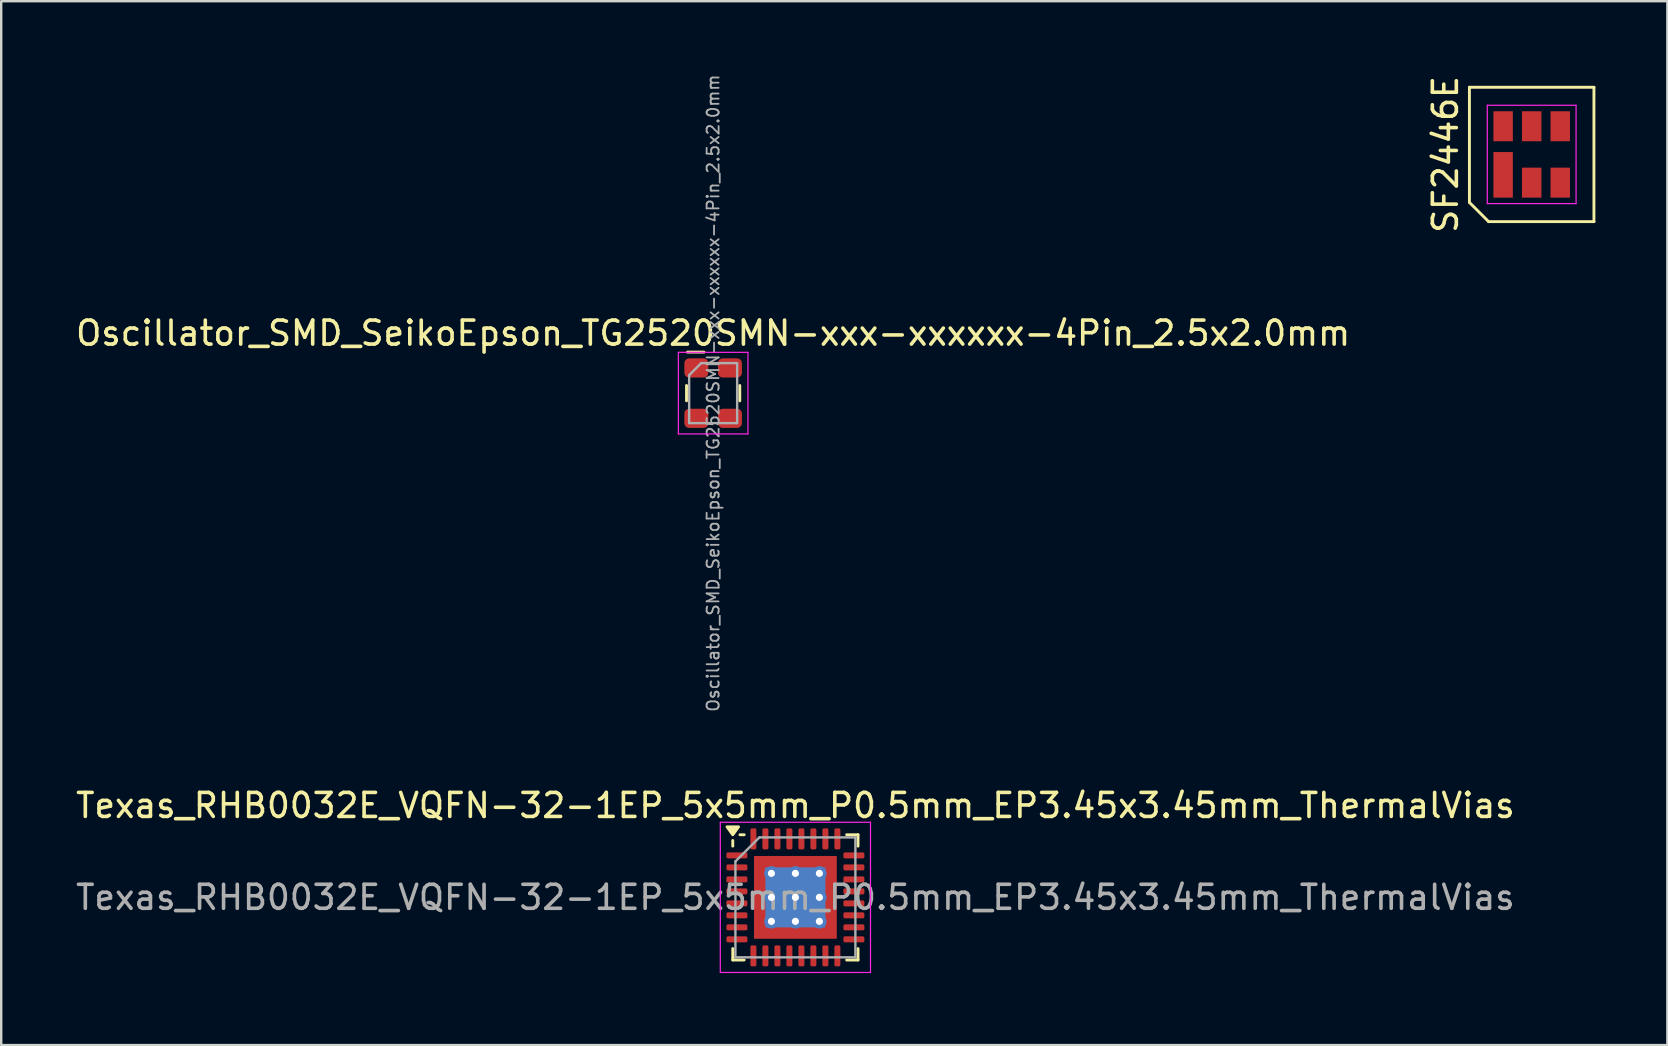
<source format=kicad_pcb>
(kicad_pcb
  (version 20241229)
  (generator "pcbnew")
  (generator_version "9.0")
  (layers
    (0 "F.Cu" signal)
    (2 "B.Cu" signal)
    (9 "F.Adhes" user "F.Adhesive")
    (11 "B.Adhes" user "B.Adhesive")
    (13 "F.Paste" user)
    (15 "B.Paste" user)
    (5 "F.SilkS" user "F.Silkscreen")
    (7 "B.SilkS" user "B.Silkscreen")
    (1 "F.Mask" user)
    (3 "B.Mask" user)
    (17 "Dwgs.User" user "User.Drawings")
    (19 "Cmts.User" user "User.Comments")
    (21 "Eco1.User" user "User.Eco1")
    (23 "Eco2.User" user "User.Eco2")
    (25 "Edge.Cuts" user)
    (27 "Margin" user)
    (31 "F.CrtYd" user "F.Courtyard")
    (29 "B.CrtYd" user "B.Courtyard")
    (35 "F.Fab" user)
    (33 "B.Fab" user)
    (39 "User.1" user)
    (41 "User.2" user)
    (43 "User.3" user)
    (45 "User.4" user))
  (footprint "Texas_RHB0032E_VQFN-32-1EP_5x5mm_P0.5mm_EP3.45x3.45mm_ThermalVias"
    (layer "F.Cu")
    (at 30.101 34.351)
    (property "Reference" "Texas_RHB0032E_VQFN-32-1EP_5x5mm_P0.5mm_EP3.45x3.45mm_ThermalVias" (at 0 -3.83 0) (layer "F.SilkS") (effects (font (size 1 1) (thickness 0.15))))
    (attr smd)
    (fp_line (start -2.61 -2.135) (end -2.61 -2.37) (stroke (width 0.12) (type solid)) (layer "F.SilkS"))
    (fp_line (start -2.61 2.61) (end -2.61 2.135) (stroke (width 0.12) (type solid)) (layer "F.SilkS"))
    (fp_line (start -2.135 -2.61) (end -2.31 -2.61) (stroke (width 0.12) (type solid)) (layer "F.SilkS"))
    (fp_line (start -2.135 2.61) (end -2.61 2.61) (stroke (width 0.12) (type solid)) (layer "F.SilkS"))
    (fp_line (start 2.135 -2.61) (end 2.61 -2.61) (stroke (width 0.12) (type solid)) (layer "F.SilkS"))
    (fp_line (start 2.135 2.61) (end 2.61 2.61) (stroke (width 0.12) (type solid)) (layer "F.SilkS"))
    (fp_line (start 2.61 -2.61) (end 2.61 -2.135) (stroke (width 0.12) (type solid)) (layer "F.SilkS"))
    (fp_line (start 2.61 2.61) (end 2.61 2.135) (stroke (width 0.12) (type solid)) (layer "F.SilkS"))
    (fp_poly (pts (xy -2.61 -2.61) (xy -2.85 -2.94) (xy -2.37 -2.94) (xy -2.61 -2.61)) (stroke (width 0.12) (type solid)) (fill yes) (layer "F.SilkS"))
    (fp_line (start -3.13 -3.13) (end -3.13 3.13) (stroke (width 0.05) (type solid)) (layer "F.CrtYd"))
    (fp_line (start -3.13 3.13) (end 3.13 3.13) (stroke (width 0.05) (type solid)) (layer "F.CrtYd"))
    (fp_line (start 3.13 -3.13) (end -3.13 -3.13) (stroke (width 0.05) (type solid)) (layer "F.CrtYd"))
    (fp_line (start 3.13 3.13) (end 3.13 -3.13) (stroke (width 0.05) (type solid)) (layer "F.CrtYd"))
    (fp_line (start -2.5 -1.5) (end -1.5 -2.5) (stroke (width 0.1) (type solid)) (layer "F.Fab"))
    (fp_line (start -2.5 2.5) (end -2.5 -1.5) (stroke (width 0.1) (type solid)) (layer "F.Fab"))
    (fp_line (start -1.5 -2.5) (end 2.5 -2.5) (stroke (width 0.1) (type solid)) (layer "F.Fab"))
    (fp_line (start 2.5 -2.5) (end 2.5 2.5) (stroke (width 0.1) (type solid)) (layer "F.Fab"))
    (fp_line (start 2.5 2.5) (end -2.5 2.5) (stroke (width 0.1) (type solid)) (layer "F.Fab"))
    (fp_text user "${REFERENCE}" (at 0 0 0) (layer "F.Fab") (effects (font (size 1 1) (thickness 0.15))))
    (pad "" smd custom (at -1.363 -1.363) (size 0.484 0.484) (layers "F.Paste") (options (anchor circle)) (primitives (gr_poly (pts (xy -0.192 -0.192) (xy 0.192 -0.192) (xy 0.192 0.108) (xy 0.108 0.192) (xy -0.192 0.192)) (width 0.201) (fill yes))))
    (pad "" smd custom (at -1.363 -0.5) (size 0.503 0.503) (layers "F.Paste") (options (anchor circle)) (primitives (gr_poly (pts (xy -0.21 -0.321) (xy 0.143 -0.321) (xy 0.21 -0.254) (xy 0.21 0.254) (xy 0.143 0.321) (xy -0.21 0.321)) (width 0.164) (fill yes))))
    (pad "" smd custom (at -1.363 0.5) (size 0.503 0.503) (layers "F.Paste") (options (anchor circle)) (primitives (gr_poly (pts (xy -0.21 -0.321) (xy 0.143 -0.321) (xy 0.21 -0.254) (xy 0.21 0.254) (xy 0.143 0.321) (xy -0.21 0.321)) (width 0.164) (fill yes))))
    (pad "" smd custom (at -1.363 1.363) (size 0.484 0.484) (layers "F.Paste") (options (anchor circle)) (primitives (gr_poly (pts (xy -0.192 -0.192) (xy 0.108 -0.192) (xy 0.192 -0.108) (xy 0.192 0.192) (xy -0.192 0.192)) (width 0.201) (fill yes))))
    (pad "" smd custom (at -0.5 -1.363) (size 0.503 0.503) (layers "F.Paste") (options (anchor circle)) (primitives (gr_poly (pts (xy -0.321 -0.21) (xy 0.321 -0.21) (xy 0.321 0.143) (xy 0.254 0.21) (xy -0.254 0.21) (xy -0.321 0.143)) (width 0.164) (fill yes))))
    (pad "" smd roundrect (at -0.5 -0.5) (size 0.806 0.806) (layers "F.Paste") (roundrect_rratio 0.25))
    (pad "" smd roundrect (at -0.5 0.5) (size 0.806 0.806) (layers "F.Paste") (roundrect_rratio 0.25))
    (pad "" smd custom (at -0.5 1.363) (size 0.503 0.503) (layers "F.Paste") (options (anchor circle)) (primitives (gr_poly (pts (xy -0.321 -0.143) (xy -0.254 -0.21) (xy 0.254 -0.21) (xy 0.321 -0.143) (xy 0.321 0.21) (xy -0.321 0.21)) (width 0.164) (fill yes))))
    (pad "" smd custom (at 0.5 -1.363) (size 0.503 0.503) (layers "F.Paste") (options (anchor circle)) (primitives (gr_poly (pts (xy -0.321 -0.21) (xy 0.321 -0.21) (xy 0.321 0.143) (xy 0.254 0.21) (xy -0.254 0.21) (xy -0.321 0.143)) (width 0.164) (fill yes))))
    (pad "" smd roundrect (at 0.5 -0.5) (size 0.806 0.806) (layers "F.Paste") (roundrect_rratio 0.25))
    (pad "" smd roundrect (at 0.5 0.5) (size 0.806 0.806) (layers "F.Paste") (roundrect_rratio 0.25))
    (pad "" smd custom (at 0.5 1.363) (size 0.503 0.503) (layers "F.Paste") (options (anchor circle)) (primitives (gr_poly (pts (xy -0.321 -0.143) (xy -0.254 -0.21) (xy 0.254 -0.21) (xy 0.321 -0.143) (xy 0.321 0.21) (xy -0.321 0.21)) (width 0.164) (fill yes))))
    (pad "" smd custom (at 1.363 -1.363) (size 0.484 0.484) (layers "F.Paste") (options (anchor circle)) (primitives (gr_poly (pts (xy -0.192 -0.192) (xy 0.192 -0.192) (xy 0.192 0.192) (xy -0.108 0.192) (xy -0.192 0.108)) (width 0.201) (fill yes))))
    (pad "" smd custom (at 1.363 -0.5) (size 0.503 0.503) (layers "F.Paste") (options (anchor circle)) (primitives (gr_poly (pts (xy -0.21 -0.254) (xy -0.143 -0.321) (xy 0.21 -0.321) (xy 0.21 0.321) (xy -0.143 0.321) (xy -0.21 0.254)) (width 0.164) (fill yes))))
    (pad "" smd custom (at 1.363 0.5) (size 0.503 0.503) (layers "F.Paste") (options (anchor circle)) (primitives (gr_poly (pts (xy -0.21 -0.254) (xy -0.143 -0.321) (xy 0.21 -0.321) (xy 0.21 0.321) (xy -0.143 0.321) (xy -0.21 0.254)) (width 0.164) (fill yes))))
    (pad "" smd custom (at 1.363 1.363) (size 0.484 0.484) (layers "F.Paste") (options (anchor circle)) (primitives (gr_poly (pts (xy -0.192 -0.108) (xy -0.108 -0.192) (xy 0.192 -0.192) (xy 0.192 0.192) (xy -0.192 0.192)) (width 0.201) (fill yes))))
    (pad "1" smd roundrect (at -2.438 -1.75) (size 0.875 0.25) (layers "F.Cu" "F.Mask" "F.Paste") (roundrect_rratio 0.25))
    (pad "2" smd roundrect (at -2.438 -1.25) (size 0.875 0.25) (layers "F.Cu" "F.Mask" "F.Paste") (roundrect_rratio 0.25))
    (pad "3" smd roundrect (at -2.438 -0.75) (size 0.875 0.25) (layers "F.Cu" "F.Mask" "F.Paste") (roundrect_rratio 0.25))
    (pad "4" smd roundrect (at -2.438 -0.25) (size 0.875 0.25) (layers "F.Cu" "F.Mask" "F.Paste") (roundrect_rratio 0.25))
    (pad "5" smd roundrect (at -2.438 0.25) (size 0.875 0.25) (layers "F.Cu" "F.Mask" "F.Paste") (roundrect_rratio 0.25))
    (pad "6" smd roundrect (at -2.438 0.75) (size 0.875 0.25) (layers "F.Cu" "F.Mask" "F.Paste") (roundrect_rratio 0.25))
    (pad "7" smd roundrect (at -2.438 1.25) (size 0.875 0.25) (layers "F.Cu" "F.Mask" "F.Paste") (roundrect_rratio 0.25))
    (pad "8" smd roundrect (at -2.438 1.75) (size 0.875 0.25) (layers "F.Cu" "F.Mask" "F.Paste") (roundrect_rratio 0.25))
    (pad "9" smd roundrect (at -1.75 2.438) (size 0.25 0.875) (layers "F.Cu" "F.Mask" "F.Paste") (roundrect_rratio 0.25))
    (pad "10" smd roundrect (at -1.25 2.438) (size 0.25 0.875) (layers "F.Cu" "F.Mask" "F.Paste") (roundrect_rratio 0.25))
    (pad "11" smd roundrect (at -0.75 2.438) (size 0.25 0.875) (layers "F.Cu" "F.Mask" "F.Paste") (roundrect_rratio 0.25))
    (pad "12" smd roundrect (at -0.25 2.438) (size 0.25 0.875) (layers "F.Cu" "F.Mask" "F.Paste") (roundrect_rratio 0.25))
    (pad "13" smd roundrect (at 0.25 2.438) (size 0.25 0.875) (layers "F.Cu" "F.Mask" "F.Paste") (roundrect_rratio 0.25))
    (pad "14" smd roundrect (at 0.75 2.438) (size 0.25 0.875) (layers "F.Cu" "F.Mask" "F.Paste") (roundrect_rratio 0.25))
    (pad "15" smd roundrect (at 1.25 2.438) (size 0.25 0.875) (layers "F.Cu" "F.Mask" "F.Paste") (roundrect_rratio 0.25))
    (pad "16" smd roundrect (at 1.75 2.438) (size 0.25 0.875) (layers "F.Cu" "F.Mask" "F.Paste") (roundrect_rratio 0.25))
    (pad "17" smd roundrect (at 2.438 1.75) (size 0.875 0.25) (layers "F.Cu" "F.Mask" "F.Paste") (roundrect_rratio 0.25))
    (pad "18" smd roundrect (at 2.438 1.25) (size 0.875 0.25) (layers "F.Cu" "F.Mask" "F.Paste") (roundrect_rratio 0.25))
    (pad "19" smd roundrect (at 2.438 0.75) (size 0.875 0.25) (layers "F.Cu" "F.Mask" "F.Paste") (roundrect_rratio 0.25))
    (pad "20" smd roundrect (at 2.438 0.25) (size 0.875 0.25) (layers "F.Cu" "F.Mask" "F.Paste") (roundrect_rratio 0.25))
    (pad "21" smd roundrect (at 2.438 -0.25) (size 0.875 0.25) (layers "F.Cu" "F.Mask" "F.Paste") (roundrect_rratio 0.25))
    (pad "22" smd roundrect (at 2.438 -0.75) (size 0.875 0.25) (layers "F.Cu" "F.Mask" "F.Paste") (roundrect_rratio 0.25))
    (pad "23" smd roundrect (at 2.438 -1.25) (size 0.875 0.25) (layers "F.Cu" "F.Mask" "F.Paste") (roundrect_rratio 0.25))
    (pad "24" smd roundrect (at 2.438 -1.75) (size 0.875 0.25) (layers "F.Cu" "F.Mask" "F.Paste") (roundrect_rratio 0.25))
    (pad "25" smd roundrect (at 1.75 -2.438) (size 0.25 0.875) (layers "F.Cu" "F.Mask" "F.Paste") (roundrect_rratio 0.25))
    (pad "26" smd roundrect (at 1.25 -2.438) (size 0.25 0.875) (layers "F.Cu" "F.Mask" "F.Paste") (roundrect_rratio 0.25))
    (pad "27" smd roundrect (at 0.75 -2.438) (size 0.25 0.875) (layers "F.Cu" "F.Mask" "F.Paste") (roundrect_rratio 0.25))
    (pad "28" smd roundrect (at 0.25 -2.438) (size 0.25 0.875) (layers "F.Cu" "F.Mask" "F.Paste") (roundrect_rratio 0.25))
    (pad "29" smd roundrect (at -0.25 -2.438) (size 0.25 0.875) (layers "F.Cu" "F.Mask" "F.Paste") (roundrect_rratio 0.25))
    (pad "30" smd roundrect (at -0.75 -2.438) (size 0.25 0.875) (layers "F.Cu" "F.Mask" "F.Paste") (roundrect_rratio 0.25))
    (pad "31" smd roundrect (at -1.25 -2.438) (size 0.25 0.875) (layers "F.Cu" "F.Mask" "F.Paste") (roundrect_rratio 0.25))
    (pad "32" smd roundrect (at -1.75 -2.438) (size 0.25 0.875) (layers "F.Cu" "F.Mask" "F.Paste") (roundrect_rratio 0.25))
    (pad "33" thru_hole circle (at -1 -1) (size 0.6 0.6) (drill 0.3) (property pad_prop_heatsink) (layers "*.Cu"))
    (pad "33" thru_hole circle (at -1 0) (size 0.6 0.6) (drill 0.3) (property pad_prop_heatsink) (layers "*.Cu"))
    (pad "33" thru_hole circle (at -1 1) (size 0.6 0.6) (drill 0.3) (property pad_prop_heatsink) (layers "*.Cu"))
    (pad "33" thru_hole circle (at 0 -1) (size 0.6 0.6) (drill 0.3) (property pad_prop_heatsink) (layers "*.Cu"))
    (pad "33" thru_hole circle (at 0 0) (size 0.6 0.6) (drill 0.3) (property pad_prop_heatsink) (layers "*.Cu"))
    (pad "33" smd rect (at 0 0) (size 2.5 2.5) (property pad_prop_heatsink) (layers "B.Cu"))
    (pad "33" smd rect (at 0 0) (size 3.45 3.45) (property pad_prop_heatsink) (layers "F.Cu" "F.Mask"))
    (pad "33" thru_hole circle (at 0 1) (size 0.6 0.6) (drill 0.3) (property pad_prop_heatsink) (layers "*.Cu"))
    (pad "33" thru_hole circle (at 1 -1) (size 0.6 0.6) (drill 0.3) (property pad_prop_heatsink) (layers "*.Cu"))
    (pad "33" thru_hole circle (at 1 0) (size 0.6 0.6) (drill 0.3) (property pad_prop_heatsink) (layers "*.Cu"))
    (pad "33" thru_hole circle (at 1 1) (size 0.6 0.6) (drill 0.3) (property pad_prop_heatsink) (layers "*.Cu")))
  (footprint "Oscillator_SMD_SeikoEpson_TG2520SMN-xxx-xxxxxx-4Pin_2.5x2.0mm"
    (layer "F.Cu")
    (at 26.673 13.336)
    (property "Reference" "Oscillator_SMD_SeikoEpson_TG2520SMN-xxx-xxxxxx-4Pin_2.5x2.0mm" (at 0 -2.5 0) (layer "F.SilkS") (effects (font (size 1 1) (thickness 0.15))))
    (attr smd)
    (fp_line (start -1.11 0.32) (end -1.11 -0.32) (stroke (width 0.12) (type solid)) (layer "F.SilkS"))
    (fp_line (start -0.38 -1.71) (end -1.07 -1.71) (stroke (width 0.12) (type solid)) (layer "F.SilkS"))
    (fp_line (start 1.11 0.32) (end 1.11 -0.32) (stroke (width 0.12) (type solid)) (layer "F.SilkS"))
    (fp_line (start -1.45 -1.7) (end -1.45 1.7) (stroke (width 0.05) (type solid)) (layer "F.CrtYd"))
    (fp_line (start -1.45 -1.7) (end 1.45 -1.7) (stroke (width 0.05) (type solid)) (layer "F.CrtYd"))
    (fp_line (start -1.45 1.7) (end 1.45 1.7) (stroke (width 0.05) (type solid)) (layer "F.CrtYd"))
    (fp_line (start 1.45 -1.7) (end 1.45 1.7) (stroke (width 0.05) (type solid)) (layer "F.CrtYd"))
    (fp_line (start -1 -0.75) (end -1 1.25) (stroke (width 0.1) (type solid)) (layer "F.Fab"))
    (fp_line (start -1 -0.75) (end -0.5 -1.25) (stroke (width 0.1) (type solid)) (layer "F.Fab"))
    (fp_line (start -1 1.25) (end 1 1.25) (stroke (width 0.1) (type solid)) (layer "F.Fab"))
    (fp_line (start -0.5 -1.25) (end 1 -1.25) (stroke (width 0.1) (type solid)) (layer "F.Fab"))
    (fp_line (start 1 -1.25) (end 1 1.25) (stroke (width 0.1) (type solid)) (layer "F.Fab"))
    (fp_text user "${REFERENCE}" (at 0 0 90) (layer "F.Fab") (effects (font (size 0.5 0.5) (thickness 0.075))))
    (pad "1" smd roundrect (at -0.7 -1.05) (size 1 0.8) (layers "F.Cu" "F.Mask" "F.Paste") (roundrect_rratio 0.25))
    (pad "2" smd roundrect (at -0.7 1.05) (size 1 0.8) (layers "F.Cu" "F.Mask" "F.Paste") (roundrect_rratio 0.25))
    (pad "3" smd roundrect (at 0.7 1.05) (size 1 0.8) (layers "F.Cu" "F.Mask" "F.Paste") (roundrect_rratio 0.25))
    (pad "4" smd roundrect (at 0.7 -1.05) (size 1 0.8) (layers "F.Cu" "F.Mask" "F.Paste") (roundrect_rratio 0.25)))
  (footprint "SF2446E"
    (layer "F.Cu")
    (at 60.788 3.387)
    (property "Reference" "SF2446E" (at -3.595 0 90) (layer "F.SilkS") (effects (font (size 1 1) (thickness 0.15))))
    (attr smd)
    (fp_line (start -2.595 -2.8) (end 2.595 -2.8) (stroke (width 0.12) (type solid)) (layer "F.SilkS"))
    (fp_line (start -2.595 2) (end -2.595 -2.8) (stroke (width 0.12) (type solid)) (layer "F.SilkS"))
    (fp_line (start -1.795 2.8) (end -2.595 2) (stroke (width 0.12) (type solid)) (layer "F.SilkS"))
    (fp_line (start 2.595 -2.8) (end 2.595 2.8) (stroke (width 0.12) (type solid)) (layer "F.SilkS"))
    (fp_line (start 2.595 2.8) (end -1.795 2.8) (stroke (width 0.12) (type solid)) (layer "F.SilkS"))
    (fp_line (start -1.85 -2.05) (end 1.85 -2.05) (stroke (width 0.05) (type solid)) (layer "F.CrtYd"))
    (fp_line (start -1.85 2.05) (end -1.85 -2.05) (stroke (width 0.05) (type solid)) (layer "F.CrtYd"))
    (fp_line (start 1.85 -2.05) (end 1.85 2.05) (stroke (width 0.05) (type solid)) (layer "F.CrtYd"))
    (fp_line (start 1.85 2.05) (end -1.85 2.05) (stroke (width 0.05) (type solid)) (layer "F.CrtYd"))
    (pad "1" smd rect (at -1.19 0.85) (size 0.81 1.9) (layers "F.Cu" "F.Mask" "F.Paste"))
    (pad "2" smd rect (at 0 1.175) (size 0.81 1.25) (layers "F.Cu" "F.Mask" "F.Paste"))
    (pad "3" smd rect (at 1.19 1.175) (size 0.81 1.25) (layers "F.Cu" "F.Mask" "F.Paste"))
    (pad "4" smd rect (at 1.19 -1.175) (size 0.81 1.25) (layers "F.Cu" "F.Mask" "F.Paste"))
    (pad "5" smd rect (at 0 -1.175) (size 0.81 1.25) (layers "F.Cu" "F.Mask" "F.Paste"))
    (pad "6" smd rect (at -1.19 -1.175) (size 0.81 1.25) (layers "F.Cu" "F.Mask" "F.Paste")))
  (gr_rect
    (start -3 -3)
    (end 66.443 40.506)
    (stroke (width 0.1) (type default))
    (fill no)
    (layer "Edge.Cuts")))
</source>
